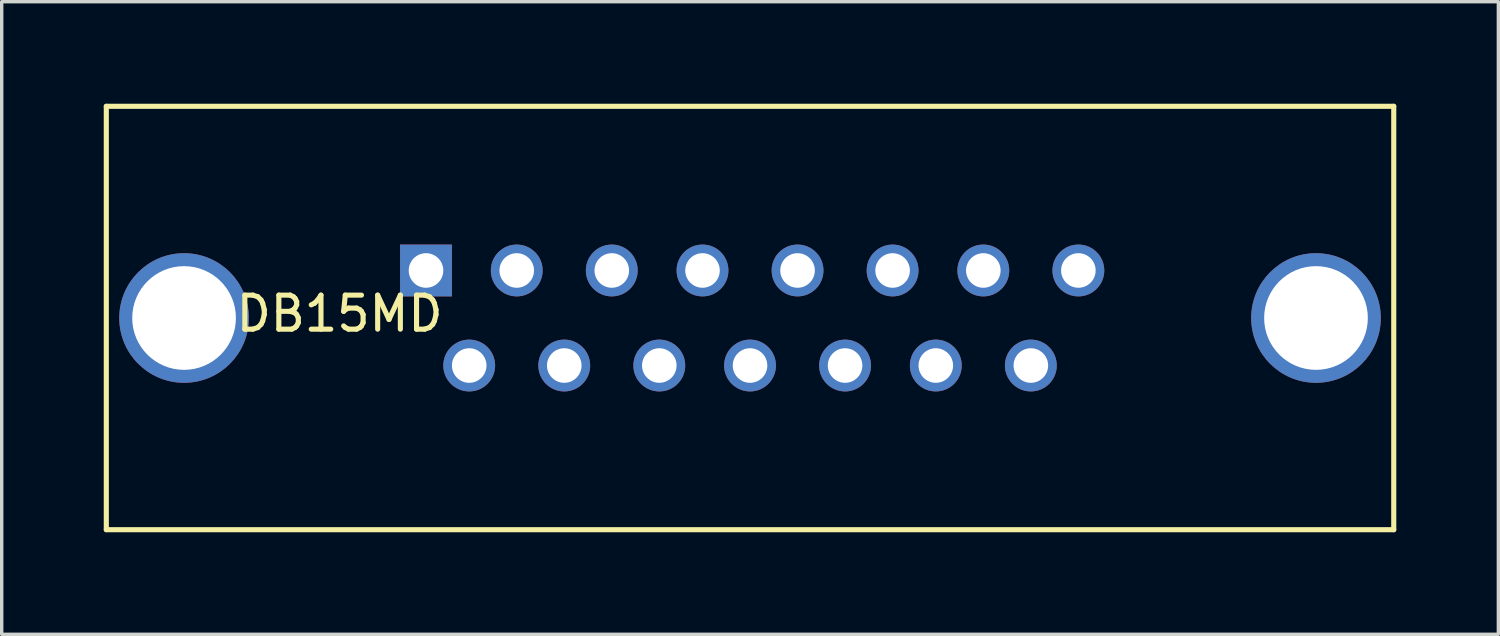
<source format=kicad_pcb>
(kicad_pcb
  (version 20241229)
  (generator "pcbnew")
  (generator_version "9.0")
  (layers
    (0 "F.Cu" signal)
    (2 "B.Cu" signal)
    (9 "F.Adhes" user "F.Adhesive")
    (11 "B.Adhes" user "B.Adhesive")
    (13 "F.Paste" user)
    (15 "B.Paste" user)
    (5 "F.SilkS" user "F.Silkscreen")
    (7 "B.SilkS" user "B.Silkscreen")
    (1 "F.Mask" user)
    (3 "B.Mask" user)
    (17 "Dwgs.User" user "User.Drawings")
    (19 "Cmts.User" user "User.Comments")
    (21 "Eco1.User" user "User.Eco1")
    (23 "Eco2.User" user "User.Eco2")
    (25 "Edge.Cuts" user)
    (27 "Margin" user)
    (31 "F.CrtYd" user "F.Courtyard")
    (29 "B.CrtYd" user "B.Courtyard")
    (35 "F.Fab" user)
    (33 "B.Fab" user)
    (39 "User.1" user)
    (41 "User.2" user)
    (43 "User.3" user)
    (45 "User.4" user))
  (footprint "DB15MD"
    (layer "F.Cu")
    (at 19.633 6.171)
    (property "Reference" "DB15MD" (at -12.7 0 180) (layer "F.SilkS") (effects (font (size 1 1) (thickness 0.15))))
    (attr through_hole)
    (fp_line (start -19.558 -6.096) (end -19.558 6.35) (stroke (width 0.15) (type solid)) (layer "F.SilkS"))
    (fp_line (start -19.558 6.35) (end 18.288 6.35) (stroke (width 0.15) (type solid)) (layer "F.SilkS"))
    (fp_line (start 18.288 -6.096) (end -19.558 -6.096) (stroke (width 0.15) (type solid)) (layer "F.SilkS"))
    (fp_line (start 18.288 6.35) (end 18.288 -6.096) (stroke (width 0.15) (type solid)) (layer "F.SilkS"))
    (pad "0" thru_hole circle (at -17.272 0.127) (size 3.81 3.81) (drill 3.048) (layers "*.Cu" "*.Mask"))
    (pad "0" thru_hole circle (at 16.002 0.127) (size 3.81 3.81) (drill 3.048) (layers "*.Cu" "*.Mask"))
    (pad "1" thru_hole rect (at -10.16 -1.27) (size 1.524 1.524) (drill 1.016) (layers "*.Cu" "*.Mask"))
    (pad "2" thru_hole circle (at -7.493 -1.27) (size 1.524 1.524) (drill 1.016) (layers "*.Cu" "*.Mask"))
    (pad "3" thru_hole circle (at -4.699 -1.27) (size 1.524 1.524) (drill 1.016) (layers "*.Cu" "*.Mask"))
    (pad "4" thru_hole circle (at -2.032 -1.27) (size 1.524 1.524) (drill 1.016) (layers "*.Cu" "*.Mask"))
    (pad "5" thru_hole circle (at 0.762 -1.27) (size 1.524 1.524) (drill 1.016) (layers "*.Cu" "*.Mask"))
    (pad "6" thru_hole circle (at 3.556 -1.27) (size 1.524 1.524) (drill 1.016) (layers "*.Cu" "*.Mask"))
    (pad "7" thru_hole circle (at 6.223 -1.27) (size 1.524 1.524) (drill 1.016) (layers "*.Cu" "*.Mask"))
    (pad "8" thru_hole circle (at 9.017 -1.27) (size 1.524 1.524) (drill 1.016) (layers "*.Cu" "*.Mask"))
    (pad "9" thru_hole circle (at -8.89 1.524) (size 1.524 1.524) (drill 1.016) (layers "*.Cu" "*.Mask"))
    (pad "10" thru_hole circle (at -6.096 1.524) (size 1.524 1.524) (drill 1.016) (layers "*.Cu" "*.Mask"))
    (pad "11" thru_hole circle (at -3.302 1.524) (size 1.524 1.524) (drill 1.016) (layers "*.Cu" "*.Mask"))
    (pad "12" thru_hole circle (at -0.635 1.524) (size 1.524 1.524) (drill 1.016) (layers "*.Cu" "*.Mask"))
    (pad "13" thru_hole circle (at 2.159 1.524) (size 1.524 1.524) (drill 1.016) (layers "*.Cu" "*.Mask"))
    (pad "14" thru_hole circle (at 4.826 1.524) (size 1.524 1.524) (drill 1.016) (layers "*.Cu" "*.Mask"))
    (pad "15" thru_hole circle (at 7.62 1.524) (size 1.524 1.524) (drill 1.016) (layers "*.Cu" "*.Mask")))
  (gr_rect
    (start -3 -3)
    (end 40.996 15.596)
    (stroke (width 0.1) (type default))
    (fill no)
    (layer "Edge.Cuts")))
</source>
